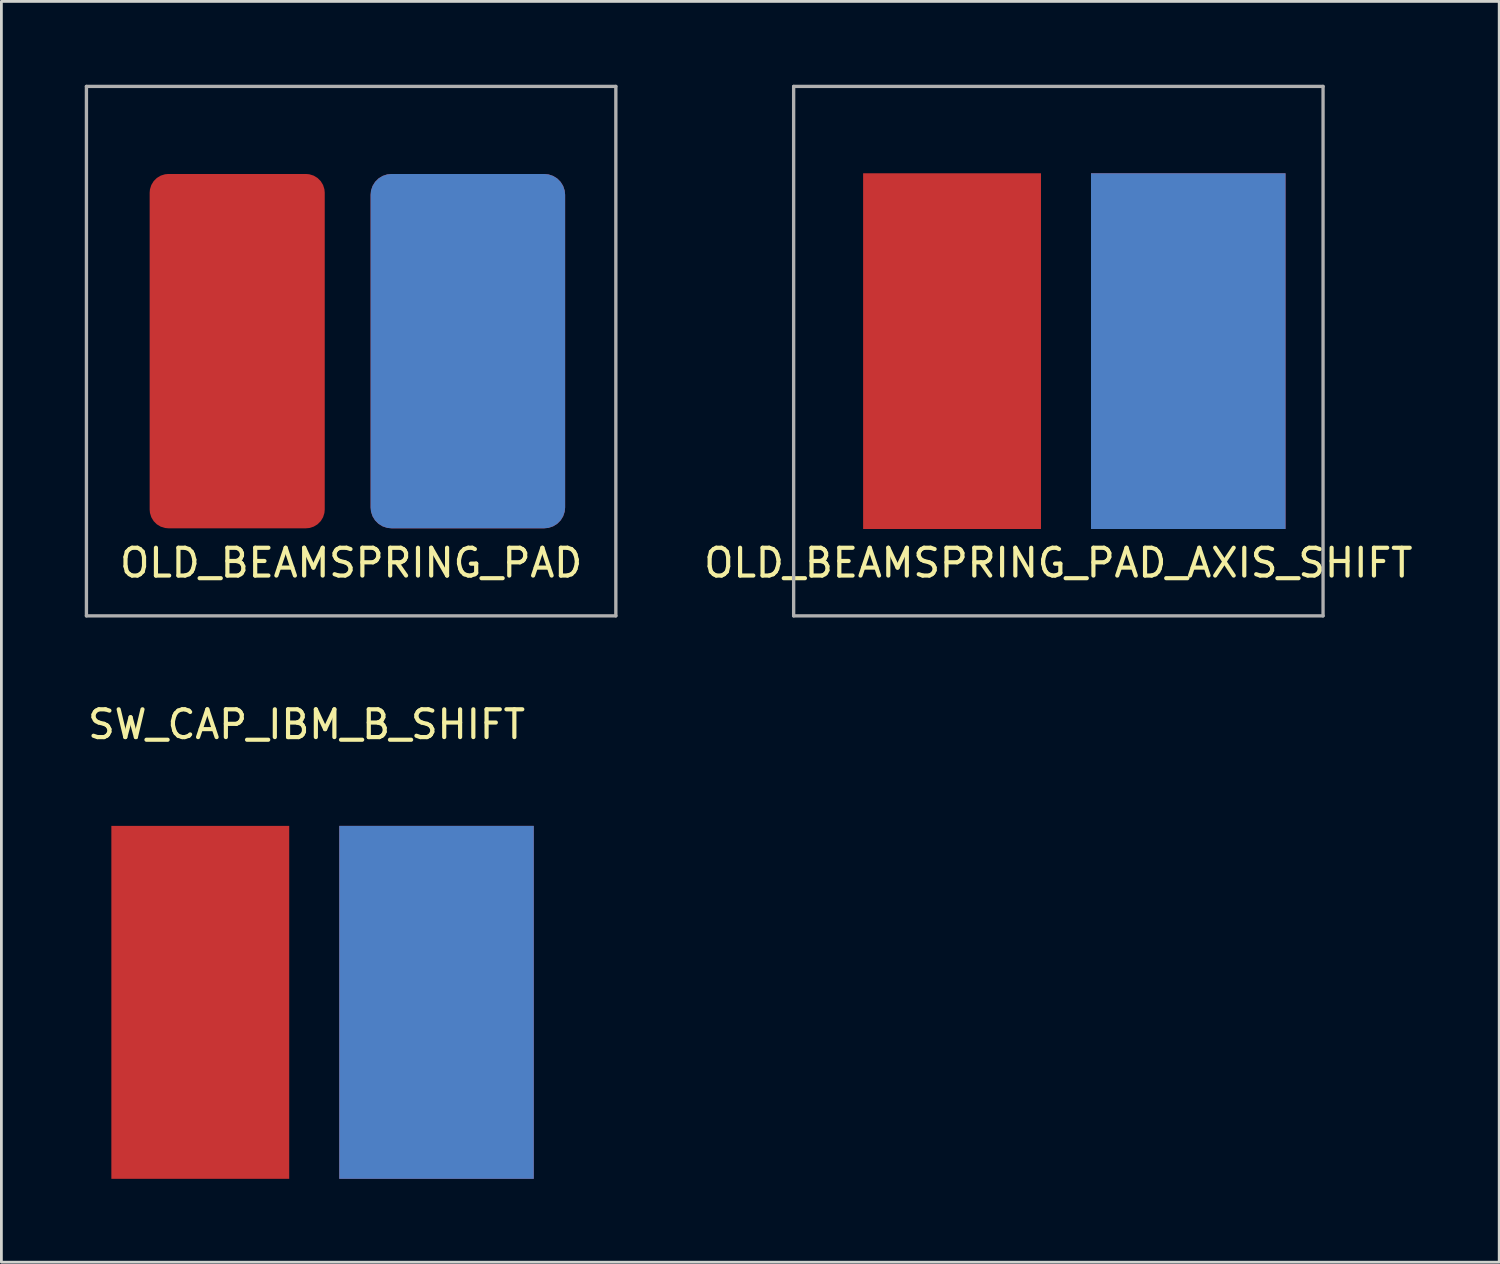
<source format=kicad_pcb>
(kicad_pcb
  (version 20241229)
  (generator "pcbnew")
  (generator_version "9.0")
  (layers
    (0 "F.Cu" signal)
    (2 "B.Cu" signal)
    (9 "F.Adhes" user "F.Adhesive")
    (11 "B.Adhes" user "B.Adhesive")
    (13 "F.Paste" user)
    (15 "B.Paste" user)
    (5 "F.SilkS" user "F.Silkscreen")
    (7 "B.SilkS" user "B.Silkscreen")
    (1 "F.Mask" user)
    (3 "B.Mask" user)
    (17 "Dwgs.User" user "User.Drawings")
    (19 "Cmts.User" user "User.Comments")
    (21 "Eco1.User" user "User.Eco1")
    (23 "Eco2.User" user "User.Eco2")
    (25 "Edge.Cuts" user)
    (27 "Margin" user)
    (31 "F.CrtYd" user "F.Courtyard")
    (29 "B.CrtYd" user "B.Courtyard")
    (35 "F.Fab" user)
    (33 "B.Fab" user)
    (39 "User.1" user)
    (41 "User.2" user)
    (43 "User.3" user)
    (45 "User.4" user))
  (footprint "OLD_BEAMSPRING_PAD_AXIS_SHIFT"
    (layer "F.Cu")
    (at 35.033 9.585)
    (property "Reference" "OLD_BEAMSPRING_PAD_AXIS_SHIFT" (at 0 7.62 0) (layer "F.SilkS") (effects (font (size 1 1) (thickness 0.15))))
    (attr smd)
    (fp_line (start -9.525 -9.525) (end -9.525 9.525) (stroke (width 0.12) (type solid)) (layer "F.Fab"))
    (fp_line (start -9.525 9.525) (end 9.525 9.525) (stroke (width 0.12) (type solid)) (layer "F.Fab"))
    (fp_line (start 9.525 -9.525) (end -9.525 -9.525) (stroke (width 0.12) (type solid)) (layer "F.Fab"))
    (fp_line (start 9.525 9.525) (end 9.525 -9.525) (stroke (width 0.12) (type solid)) (layer "F.Fab"))
    (pad "1" smd rect (at -3.825 0) (size 6.4 12.8) (layers "F.Cu"))
    (pad "2" smd rect (at 4.675 0) (size 7 12.8) (layers "B.Cu"))
    (pad "3" smd rect (at 4.675 0) (size 7 12.8) (layers "F.Cu")))
  (footprint "SW_CAP_IBM_B_SHIFT"
    (layer "F.Cu")
    (at 7.982 33.018)
    (property "Reference" "SW_CAP_IBM_B_SHIFT" (at 0 -10 0) (layer "F.SilkS") (effects (font (size 1 1) (thickness 0.15))))
    (pad "COL" smd rect (at 4.675 0) (size 7 12.7) (layers "B.Cu"))
    (pad "REF" smd rect (at 4.675 0) (size 7 12.7) (layers "F.Cu"))
    (pad "ROW" smd rect (at -3.825 0) (size 6.4 12.7) (layers "F.Cu")))
  (footprint "OLD_BEAMSPRING_PAD"
    (layer "F.Cu")
    (at 9.585 9.585)
    (property "Reference" "OLD_BEAMSPRING_PAD" (at 0 7.62 0) (layer "F.SilkS") (effects (font (size 1 1) (thickness 0.15))))
    (attr smd)
    (fp_line (start -9.525 -9.525) (end -9.525 9.525) (stroke (width 0.12) (type solid)) (layer "F.Fab"))
    (fp_line (start -9.525 9.525) (end 9.525 9.525) (stroke (width 0.12) (type solid)) (layer "F.Fab"))
    (fp_line (start 9.525 -9.525) (end -9.525 -9.525) (stroke (width 0.12) (type solid)) (layer "F.Fab"))
    (fp_line (start 9.525 9.525) (end 9.525 -9.525) (stroke (width 0.12) (type solid)) (layer "F.Fab"))
    (pad "1" smd roundrect (at -4.1 0) (size 6.3 12.75) (layers "F.Cu") (roundrect_rratio 0.107))
    (pad "2" smd roundrect (at 4.2 0) (size 7 12.75) (layers "B.Cu") (roundrect_rratio 0.107))
    (pad "3" smd roundrect (at 4.2 0) (size 7 12.75) (layers "F.Cu") (roundrect_rratio 0.107)))
  (gr_rect
    (start -3 -3)
    (end 50.896 42.368)
    (stroke (width 0.1) (type default))
    (fill no)
    (layer "Edge.Cuts")))
</source>
